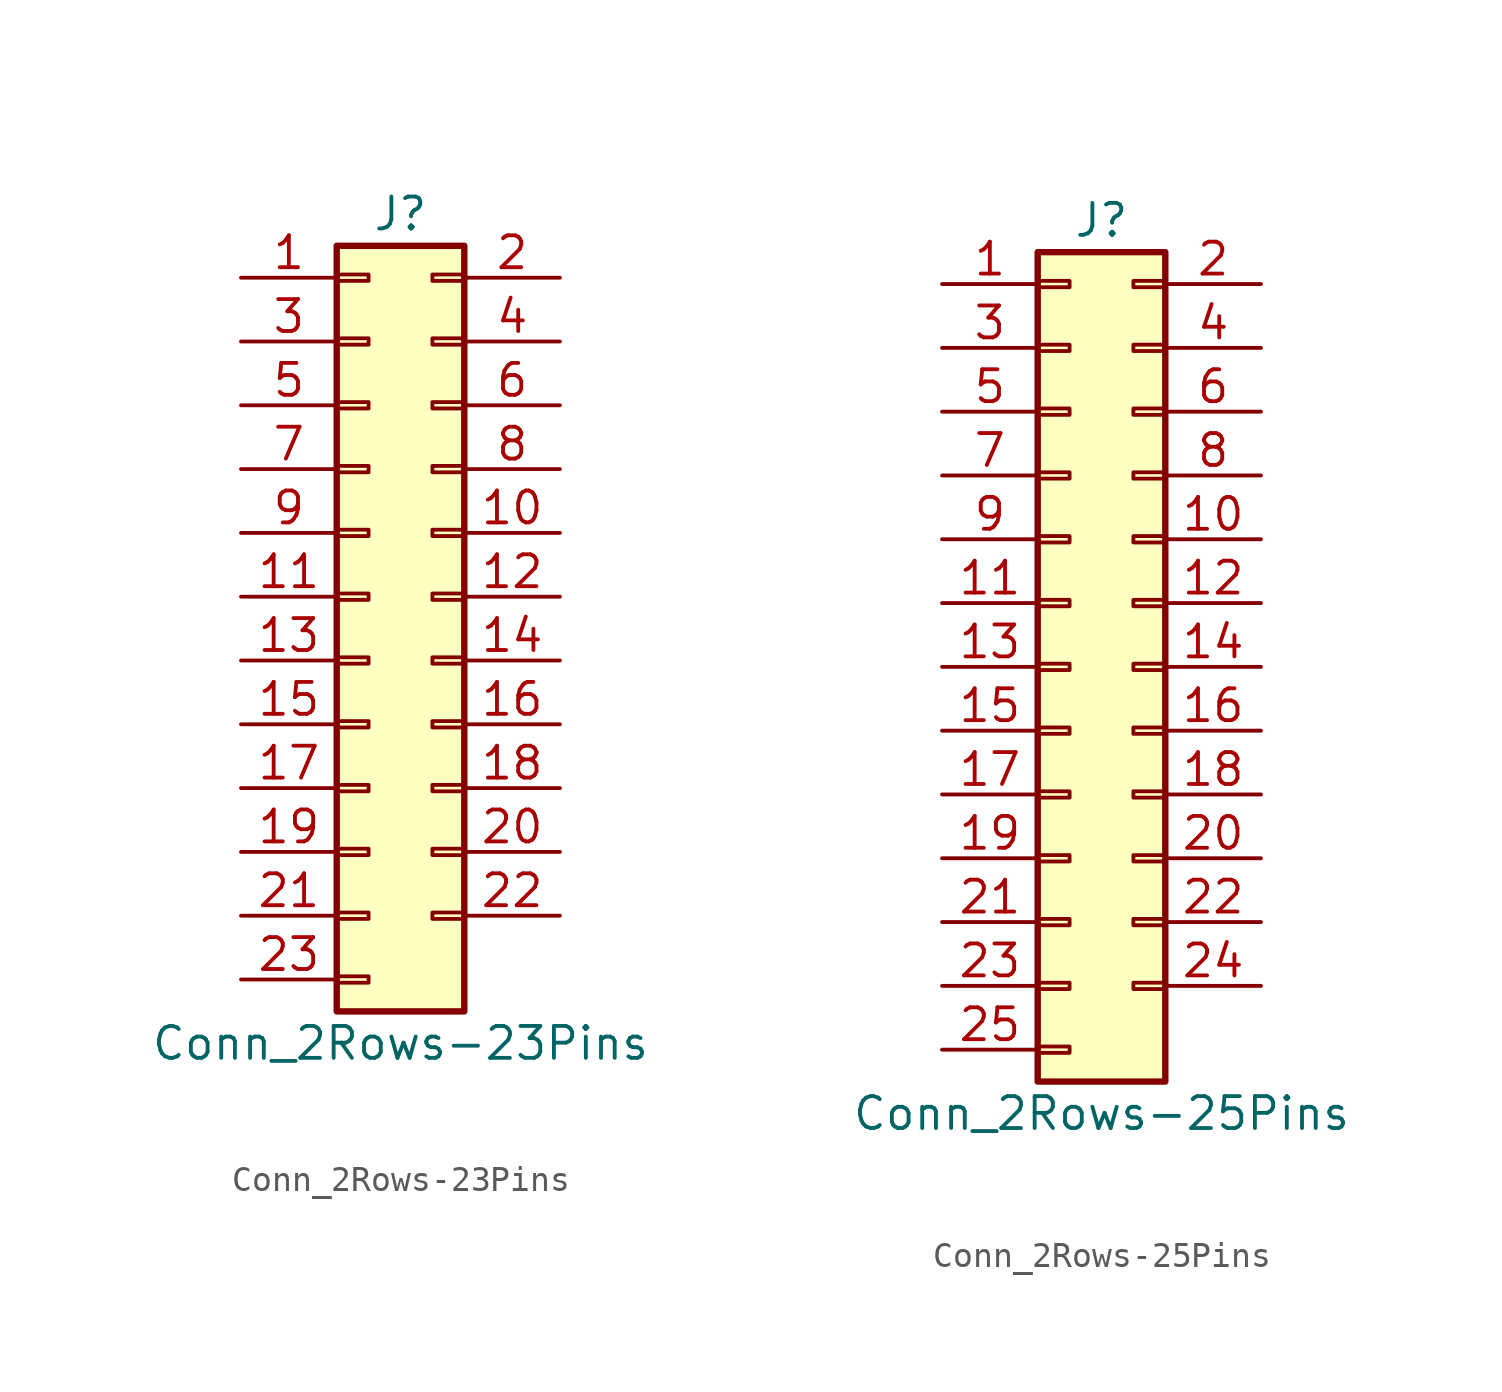
<source format=kicad_sym>
(kicad_symbol_lib
  (version 20201005)
  (generator kicad_symbol_editor)
  (symbol "Conn_2Rows-23Pins"
    (pin_names
      (offset 1.016) hide)
    (property "Reference" "J"
      (at 1.27 15.24 0)
      (effects (font (size 1.27 1.27))))
    (property "Value" "Conn_2Rows-23Pins"
      (at 1.27 -17.78 0)
      (effects (font (size 1.27 1.27))))
    (symbol "Conn_2Rows-23Pins_1_1"
      (rectangle (start -1.27 -15.113) (end 0 -15.367) (stroke (width 0.152)) (fill (type none)))
      (rectangle (start -1.27 -12.573) (end 0 -12.827) (stroke (width 0.152)) (fill (type none)))
      (rectangle (start -1.27 -10.033) (end 0 -10.287) (stroke (width 0.152)) (fill (type none)))
      (rectangle (start -1.27 -7.493) (end 0 -7.747) (stroke (width 0.152)) (fill (type none)))
      (rectangle (start -1.27 -4.953) (end 0 -5.207) (stroke (width 0.152)) (fill (type none)))
      (rectangle (start -1.27 -2.413) (end 0 -2.667) (stroke (width 0.152)) (fill (type none)))
      (rectangle (start -1.27 0.127) (end 0 -0.127) (stroke (width 0.152)) (fill (type none)))
      (rectangle (start -1.27 2.667) (end 0 2.413) (stroke (width 0.152)) (fill (type none)))
      (rectangle (start -1.27 5.207) (end 0 4.953) (stroke (width 0.152)) (fill (type none)))
      (rectangle (start -1.27 7.747) (end 0 7.493) (stroke (width 0.152)) (fill (type none)))
      (rectangle (start -1.27 10.287) (end 0 10.033) (stroke (width 0.152)) (fill (type none)))
      (rectangle (start -1.27 12.827) (end 0 12.573) (stroke (width 0.152)) (fill (type none)))
      (rectangle (start 3.81 -12.573) (end 2.54 -12.827) (stroke (width 0.152)) (fill (type none)))
      (rectangle (start 3.81 -10.033) (end 2.54 -10.287) (stroke (width 0.152)) (fill (type none)))
      (rectangle (start 3.81 -7.493) (end 2.54 -7.747) (stroke (width 0.152)) (fill (type none)))
      (rectangle (start 3.81 -4.953) (end 2.54 -5.207) (stroke (width 0.152)) (fill (type none)))
      (rectangle (start 3.81 -2.413) (end 2.54 -2.667) (stroke (width 0.152)) (fill (type none)))
      (rectangle (start 3.81 0.127) (end 2.54 -0.127) (stroke (width 0.152)) (fill (type none)))
      (rectangle (start 3.81 2.667) (end 2.54 2.413) (stroke (width 0.152)) (fill (type none)))
      (rectangle (start 3.81 5.207) (end 2.54 4.953) (stroke (width 0.152)) (fill (type none)))
      (rectangle (start 3.81 7.747) (end 2.54 7.493) (stroke (width 0.152)) (fill (type none)))
      (rectangle (start 3.81 10.287) (end 2.54 10.033) (stroke (width 0.152)) (fill (type none)))
      (rectangle (start 3.81 12.827) (end 2.54 12.573) (stroke (width 0.152)) (fill (type none)))
      (rectangle (start -1.27 13.97) (end 3.81 -16.51) (stroke (width 0.254)) (fill (type background)))
      (pin passive line (at -5.08 12.7 0) (length 3.81) (name "Pin_1" (effects (font (size 1.27 1.27)))) (number "1" (effects (font (size 1.27 1.27)))))
      (pin passive line (at 7.62 2.54 180) (length 3.81) (name "Pin_10" (effects (font (size 1.27 1.27)))) (number "10" (effects (font (size 1.27 1.27)))))
      (pin passive line (at -5.08 0 0) (length 3.81) (name "Pin_11" (effects (font (size 1.27 1.27)))) (number "11" (effects (font (size 1.27 1.27)))))
      (pin passive line (at 7.62 0 180) (length 3.81) (name "Pin_12" (effects (font (size 1.27 1.27)))) (number "12" (effects (font (size 1.27 1.27)))))
      (pin passive line (at -5.08 -2.54 0) (length 3.81) (name "Pin_13" (effects (font (size 1.27 1.27)))) (number "13" (effects (font (size 1.27 1.27)))))
      (pin passive line (at 7.62 -2.54 180) (length 3.81) (name "Pin_14" (effects (font (size 1.27 1.27)))) (number "14" (effects (font (size 1.27 1.27)))))
      (pin passive line (at -5.08 -5.08 0) (length 3.81) (name "Pin_15" (effects (font (size 1.27 1.27)))) (number "15" (effects (font (size 1.27 1.27)))))
      (pin passive line (at 7.62 -5.08 180) (length 3.81) (name "Pin_16" (effects (font (size 1.27 1.27)))) (number "16" (effects (font (size 1.27 1.27)))))
      (pin passive line (at -5.08 -7.62 0) (length 3.81) (name "Pin_17" (effects (font (size 1.27 1.27)))) (number "17" (effects (font (size 1.27 1.27)))))
      (pin passive line (at 7.62 -7.62 180) (length 3.81) (name "Pin_18" (effects (font (size 1.27 1.27)))) (number "18" (effects (font (size 1.27 1.27)))))
      (pin passive line (at -5.08 -10.16 0) (length 3.81) (name "Pin_19" (effects (font (size 1.27 1.27)))) (number "19" (effects (font (size 1.27 1.27)))))
      (pin passive line (at 7.62 12.7 180) (length 3.81) (name "Pin_2" (effects (font (size 1.27 1.27)))) (number "2" (effects (font (size 1.27 1.27)))))
      (pin passive line (at 7.62 -10.16 180) (length 3.81) (name "Pin_20" (effects (font (size 1.27 1.27)))) (number "20" (effects (font (size 1.27 1.27)))))
      (pin passive line (at -5.08 -12.7 0) (length 3.81) (name "Pin_21" (effects (font (size 1.27 1.27)))) (number "21" (effects (font (size 1.27 1.27)))))
      (pin passive line (at 7.62 -12.7 180) (length 3.81) (name "Pin_22" (effects (font (size 1.27 1.27)))) (number "22" (effects (font (size 1.27 1.27)))))
      (pin passive line (at -5.08 -15.24 0) (length 3.81) (name "Pin_23" (effects (font (size 1.27 1.27)))) (number "23" (effects (font (size 1.27 1.27)))))
      (pin passive line (at -5.08 10.16 0) (length 3.81) (name "Pin_3" (effects (font (size 1.27 1.27)))) (number "3" (effects (font (size 1.27 1.27)))))
      (pin passive line (at 7.62 10.16 180) (length 3.81) (name "Pin_4" (effects (font (size 1.27 1.27)))) (number "4" (effects (font (size 1.27 1.27)))))
      (pin passive line (at -5.08 7.62 0) (length 3.81) (name "Pin_5" (effects (font (size 1.27 1.27)))) (number "5" (effects (font (size 1.27 1.27)))))
      (pin passive line (at 7.62 7.62 180) (length 3.81) (name "Pin_6" (effects (font (size 1.27 1.27)))) (number "6" (effects (font (size 1.27 1.27)))))
      (pin passive line (at -5.08 5.08 0) (length 3.81) (name "Pin_7" (effects (font (size 1.27 1.27)))) (number "7" (effects (font (size 1.27 1.27)))))
      (pin passive line (at 7.62 5.08 180) (length 3.81) (name "Pin_8" (effects (font (size 1.27 1.27)))) (number "8" (effects (font (size 1.27 1.27)))))
      (pin passive line (at -5.08 2.54 0) (length 3.81) (name "Pin_9" (effects (font (size 1.27 1.27)))) (number "9" (effects (font (size 1.27 1.27)))))))
  (symbol "Conn_2Rows-25Pins"
    (pin_names
      (offset 1.016) hide)
    (property "Reference" "J"
      (at 1.27 17.78 0)
      (effects (font (size 1.27 1.27))))
    (property "Value" "Conn_2Rows-25Pins"
      (at 1.27 -17.78 0)
      (effects (font (size 1.27 1.27))))
    (symbol "Conn_2Rows-25Pins_1_1"
      (rectangle (start -1.27 -15.113) (end 0 -15.367) (stroke (width 0.152)) (fill (type none)))
      (rectangle (start -1.27 -12.573) (end 0 -12.827) (stroke (width 0.152)) (fill (type none)))
      (rectangle (start -1.27 -10.033) (end 0 -10.287) (stroke (width 0.152)) (fill (type none)))
      (rectangle (start -1.27 -7.493) (end 0 -7.747) (stroke (width 0.152)) (fill (type none)))
      (rectangle (start -1.27 -4.953) (end 0 -5.207) (stroke (width 0.152)) (fill (type none)))
      (rectangle (start -1.27 -2.413) (end 0 -2.667) (stroke (width 0.152)) (fill (type none)))
      (rectangle (start -1.27 0.127) (end 0 -0.127) (stroke (width 0.152)) (fill (type none)))
      (rectangle (start -1.27 2.667) (end 0 2.413) (stroke (width 0.152)) (fill (type none)))
      (rectangle (start -1.27 5.207) (end 0 4.953) (stroke (width 0.152)) (fill (type none)))
      (rectangle (start -1.27 7.747) (end 0 7.493) (stroke (width 0.152)) (fill (type none)))
      (rectangle (start -1.27 10.287) (end 0 10.033) (stroke (width 0.152)) (fill (type none)))
      (rectangle (start -1.27 12.827) (end 0 12.573) (stroke (width 0.152)) (fill (type none)))
      (rectangle (start -1.27 15.367) (end 0 15.113) (stroke (width 0.152)) (fill (type none)))
      (rectangle (start 3.81 -12.573) (end 2.54 -12.827) (stroke (width 0.152)) (fill (type none)))
      (rectangle (start 3.81 -10.033) (end 2.54 -10.287) (stroke (width 0.152)) (fill (type none)))
      (rectangle (start 3.81 -7.493) (end 2.54 -7.747) (stroke (width 0.152)) (fill (type none)))
      (rectangle (start 3.81 -4.953) (end 2.54 -5.207) (stroke (width 0.152)) (fill (type none)))
      (rectangle (start 3.81 -2.413) (end 2.54 -2.667) (stroke (width 0.152)) (fill (type none)))
      (rectangle (start 3.81 0.127) (end 2.54 -0.127) (stroke (width 0.152)) (fill (type none)))
      (rectangle (start 3.81 2.667) (end 2.54 2.413) (stroke (width 0.152)) (fill (type none)))
      (rectangle (start 3.81 5.207) (end 2.54 4.953) (stroke (width 0.152)) (fill (type none)))
      (rectangle (start 3.81 7.747) (end 2.54 7.493) (stroke (width 0.152)) (fill (type none)))
      (rectangle (start 3.81 10.287) (end 2.54 10.033) (stroke (width 0.152)) (fill (type none)))
      (rectangle (start 3.81 12.827) (end 2.54 12.573) (stroke (width 0.152)) (fill (type none)))
      (rectangle (start 3.81 15.367) (end 2.54 15.113) (stroke (width 0.152)) (fill (type none)))
      (rectangle (start -1.27 16.51) (end 3.81 -16.51) (stroke (width 0.254)) (fill (type background)))
      (pin passive line (at -5.08 15.24 0) (length 3.81) (name "Pin_1" (effects (font (size 1.27 1.27)))) (number "1" (effects (font (size 1.27 1.27)))))
      (pin passive line (at 7.62 5.08 180) (length 3.81) (name "Pin_10" (effects (font (size 1.27 1.27)))) (number "10" (effects (font (size 1.27 1.27)))))
      (pin passive line (at -5.08 2.54 0) (length 3.81) (name "Pin_11" (effects (font (size 1.27 1.27)))) (number "11" (effects (font (size 1.27 1.27)))))
      (pin passive line (at 7.62 2.54 180) (length 3.81) (name "Pin_12" (effects (font (size 1.27 1.27)))) (number "12" (effects (font (size 1.27 1.27)))))
      (pin passive line (at -5.08 0 0) (length 3.81) (name "Pin_13" (effects (font (size 1.27 1.27)))) (number "13" (effects (font (size 1.27 1.27)))))
      (pin passive line (at 7.62 0 180) (length 3.81) (name "Pin_14" (effects (font (size 1.27 1.27)))) (number "14" (effects (font (size 1.27 1.27)))))
      (pin passive line (at -5.08 -2.54 0) (length 3.81) (name "Pin_15" (effects (font (size 1.27 1.27)))) (number "15" (effects (font (size 1.27 1.27)))))
      (pin passive line (at 7.62 -2.54 180) (length 3.81) (name "Pin_16" (effects (font (size 1.27 1.27)))) (number "16" (effects (font (size 1.27 1.27)))))
      (pin passive line (at -5.08 -5.08 0) (length 3.81) (name "Pin_17" (effects (font (size 1.27 1.27)))) (number "17" (effects (font (size 1.27 1.27)))))
      (pin passive line (at 7.62 -5.08 180) (length 3.81) (name "Pin_18" (effects (font (size 1.27 1.27)))) (number "18" (effects (font (size 1.27 1.27)))))
      (pin passive line (at -5.08 -7.62 0) (length 3.81) (name "Pin_19" (effects (font (size 1.27 1.27)))) (number "19" (effects (font (size 1.27 1.27)))))
      (pin passive line (at 7.62 15.24 180) (length 3.81) (name "Pin_2" (effects (font (size 1.27 1.27)))) (number "2" (effects (font (size 1.27 1.27)))))
      (pin passive line (at 7.62 -7.62 180) (length 3.81) (name "Pin_20" (effects (font (size 1.27 1.27)))) (number "20" (effects (font (size 1.27 1.27)))))
      (pin passive line (at -5.08 -10.16 0) (length 3.81) (name "Pin_21" (effects (font (size 1.27 1.27)))) (number "21" (effects (font (size 1.27 1.27)))))
      (pin passive line (at 7.62 -10.16 180) (length 3.81) (name "Pin_22" (effects (font (size 1.27 1.27)))) (number "22" (effects (font (size 1.27 1.27)))))
      (pin passive line (at -5.08 -12.7 0) (length 3.81) (name "Pin_23" (effects (font (size 1.27 1.27)))) (number "23" (effects (font (size 1.27 1.27)))))
      (pin passive line (at 7.62 -12.7 180) (length 3.81) (name "Pin_24" (effects (font (size 1.27 1.27)))) (number "24" (effects (font (size 1.27 1.27)))))
      (pin passive line (at -5.08 -15.24 0) (length 3.81) (name "Pin_25" (effects (font (size 1.27 1.27)))) (number "25" (effects (font (size 1.27 1.27)))))
      (pin passive line (at -5.08 12.7 0) (length 3.81) (name "Pin_3" (effects (font (size 1.27 1.27)))) (number "3" (effects (font (size 1.27 1.27)))))
      (pin passive line (at 7.62 12.7 180) (length 3.81) (name "Pin_4" (effects (font (size 1.27 1.27)))) (number "4" (effects (font (size 1.27 1.27)))))
      (pin passive line (at -5.08 10.16 0) (length 3.81) (name "Pin_5" (effects (font (size 1.27 1.27)))) (number "5" (effects (font (size 1.27 1.27)))))
      (pin passive line (at 7.62 10.16 180) (length 3.81) (name "Pin_6" (effects (font (size 1.27 1.27)))) (number "6" (effects (font (size 1.27 1.27)))))
      (pin passive line (at -5.08 7.62 0) (length 3.81) (name "Pin_7" (effects (font (size 1.27 1.27)))) (number "7" (effects (font (size 1.27 1.27)))))
      (pin passive line (at 7.62 7.62 180) (length 3.81) (name "Pin_8" (effects (font (size 1.27 1.27)))) (number "8" (effects (font (size 1.27 1.27)))))
      (pin passive line (at -5.08 5.08 0) (length 3.81) (name "Pin_9" (effects (font (size 1.27 1.27)))) (number "9" (effects (font (size 1.27 1.27))))))))
</source>
